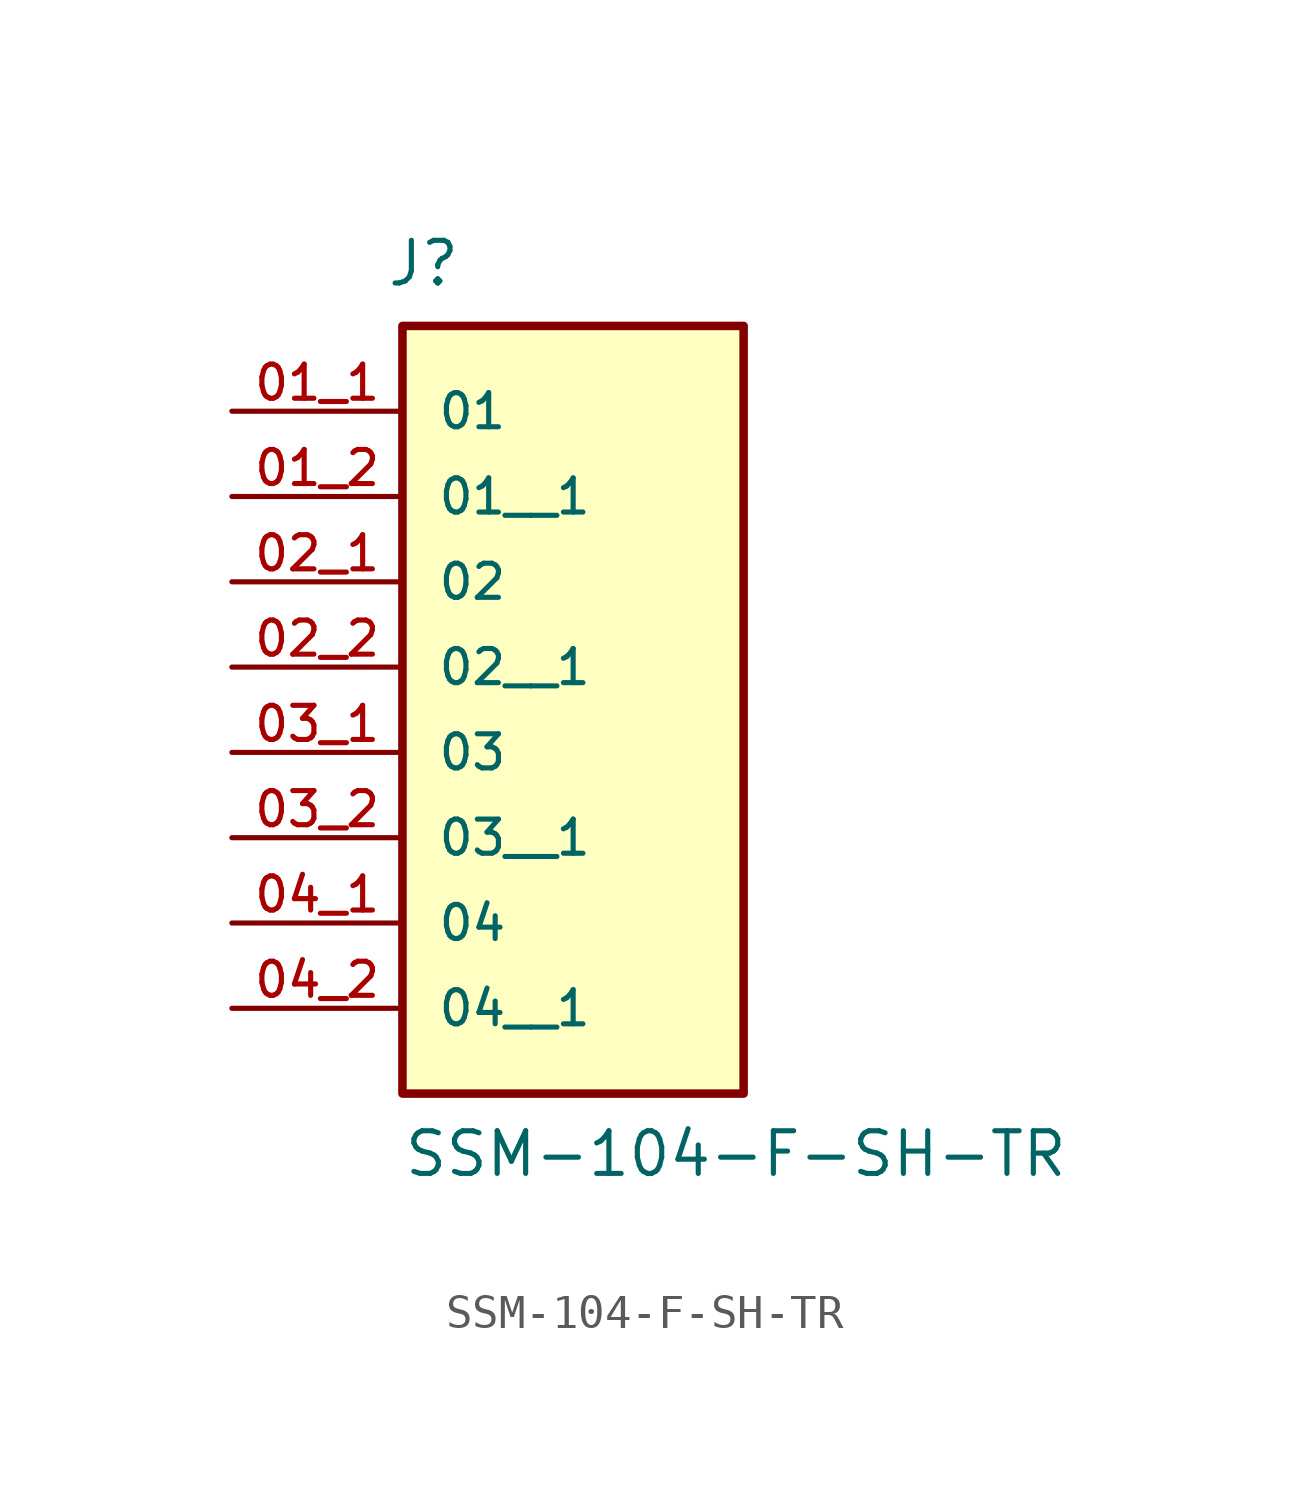
<source format=kicad_sym>
(kicad_symbol_lib
  (version 20211014)
  (generator kicad_symbol_editor)
  (symbol "SSM-104-F-SH-TR"
    (pin_names
      (offset 1.016))
    (property "Reference" "J"
      (at -5.58 6.196 0)
      (effects (font (size 1.27 1.27)) (justify bottom left)))
    (property "Value" "SSM-104-F-SH-TR"
      (at -5.08 -20.32 0)
      (effects (font (size 1.27 1.27)) (justify bottom left)))
    (symbol "SSM-104-F-SH-TR_0_0"
      (rectangle (start -5.08 -17.78) (end 5.08 5.08) (stroke (width 0.254)) (fill (type background)))
      (pin passive line (at -10.16 2.54 0) (length 5.08) (name "01" (effects (font (size 1.016 1.016)))) (number "01_1" (effects (font (size 1.016 1.016)))))
      (pin passive line (at -10.16 -2.54 0) (length 5.08) (name "02" (effects (font (size 1.016 1.016)))) (number "02_1" (effects (font (size 1.016 1.016)))))
      (pin passive line (at -10.16 -7.62 0) (length 5.08) (name "03" (effects (font (size 1.016 1.016)))) (number "03_1" (effects (font (size 1.016 1.016)))))
      (pin passive line (at -10.16 -12.7 0) (length 5.08) (name "04" (effects (font (size 1.016 1.016)))) (number "04_1" (effects (font (size 1.016 1.016)))))
      (pin passive line (at -10.16 0.0 0) (length 5.08) (name "01__1" (effects (font (size 1.016 1.016)))) (number "01_2" (effects (font (size 1.016 1.016)))))
      (pin passive line (at -10.16 -5.08 0) (length 5.08) (name "02__1" (effects (font (size 1.016 1.016)))) (number "02_2" (effects (font (size 1.016 1.016)))))
      (pin passive line (at -10.16 -10.16 0) (length 5.08) (name "03__1" (effects (font (size 1.016 1.016)))) (number "03_2" (effects (font (size 1.016 1.016)))))
      (pin passive line (at -10.16 -15.24 0) (length 5.08) (name "04__1" (effects (font (size 1.016 1.016)))) (number "04_2" (effects (font (size 1.016 1.016))))))))
</source>
